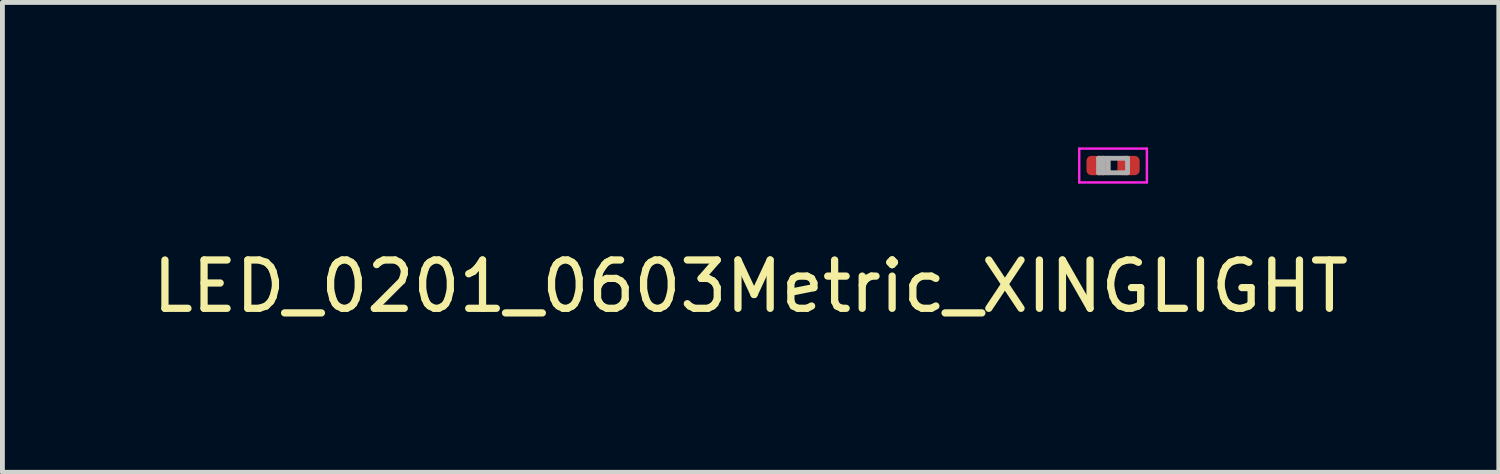
<source format=kicad_pcb>
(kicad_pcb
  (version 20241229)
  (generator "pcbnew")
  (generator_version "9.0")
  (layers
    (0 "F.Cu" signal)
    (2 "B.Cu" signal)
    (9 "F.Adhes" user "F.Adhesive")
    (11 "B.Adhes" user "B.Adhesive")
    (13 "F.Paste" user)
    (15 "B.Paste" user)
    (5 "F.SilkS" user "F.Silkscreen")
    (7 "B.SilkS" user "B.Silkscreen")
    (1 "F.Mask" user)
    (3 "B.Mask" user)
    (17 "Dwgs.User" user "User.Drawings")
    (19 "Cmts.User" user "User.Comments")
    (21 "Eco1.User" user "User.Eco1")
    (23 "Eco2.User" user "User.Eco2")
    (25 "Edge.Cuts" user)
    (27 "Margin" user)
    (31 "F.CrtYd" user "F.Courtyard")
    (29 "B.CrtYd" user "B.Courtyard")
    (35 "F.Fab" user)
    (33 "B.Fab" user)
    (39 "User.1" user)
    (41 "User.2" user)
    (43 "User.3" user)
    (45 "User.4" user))
  (footprint "LED_0201_0603Metric_XINGLIGHT"
    (layer "F.Cu")
    (at 19.982 0.375)
    (property "Reference" "LED_0201_0603Metric_XINGLIGHT" (at -7.5 2.5 0) (layer "F.SilkS") (effects (font (size 1 1) (thickness 0.15))))
    (attr smd)
    (fp_line (start -0.7 -0.35) (end 0.7 -0.35) (stroke (width 0.05) (type solid)) (layer "F.CrtYd"))
    (fp_line (start -0.7 0.35) (end -0.7 -0.35) (stroke (width 0.05) (type solid)) (layer "F.CrtYd"))
    (fp_line (start 0.7 -0.35) (end 0.7 0.35) (stroke (width 0.05) (type solid)) (layer "F.CrtYd"))
    (fp_line (start 0.7 0.35) (end -0.7 0.35) (stroke (width 0.05) (type solid)) (layer "F.CrtYd"))
    (fp_line (start -0.3 -0.15) (end 0.3 -0.15) (stroke (width 0.1) (type solid)) (layer "F.Fab"))
    (fp_line (start -0.3 0.15) (end -0.3 -0.15) (stroke (width 0.1) (type solid)) (layer "F.Fab"))
    (fp_line (start -0.2 0.15) (end -0.2 -0.15) (stroke (width 0.1) (type solid)) (layer "F.Fab"))
    (fp_line (start -0.1 0.15) (end -0.1 -0.15) (stroke (width 0.1) (type solid)) (layer "F.Fab"))
    (fp_line (start 0.3 -0.15) (end 0.3 0.15) (stroke (width 0.1) (type solid)) (layer "F.Fab"))
    (fp_line (start 0.3 0.15) (end -0.3 0.15) (stroke (width 0.1) (type solid)) (layer "F.Fab"))
    (pad "" smd roundrect (at -0.28 0) (size 0.318 0.36) (layers "F.Paste") (roundrect_rratio 0.25))
    (pad "" smd roundrect (at 0.28 0) (size 0.318 0.36) (layers "F.Paste") (roundrect_rratio 0.25))
    (pad "1" smd roundrect (at -0.32 0) (size 0.46 0.4) (layers "F.Cu" "F.Mask") (roundrect_rratio 0.25))
    (pad "2" smd roundrect (at 0.32 0) (size 0.46 0.4) (layers "F.Cu" "F.Mask") (roundrect_rratio 0.25)))
  (gr_rect
    (start -3 -3)
    (end 27.964 6.723)
    (stroke (width 0.1) (type default))
    (fill no)
    (layer "Edge.Cuts")))
</source>
